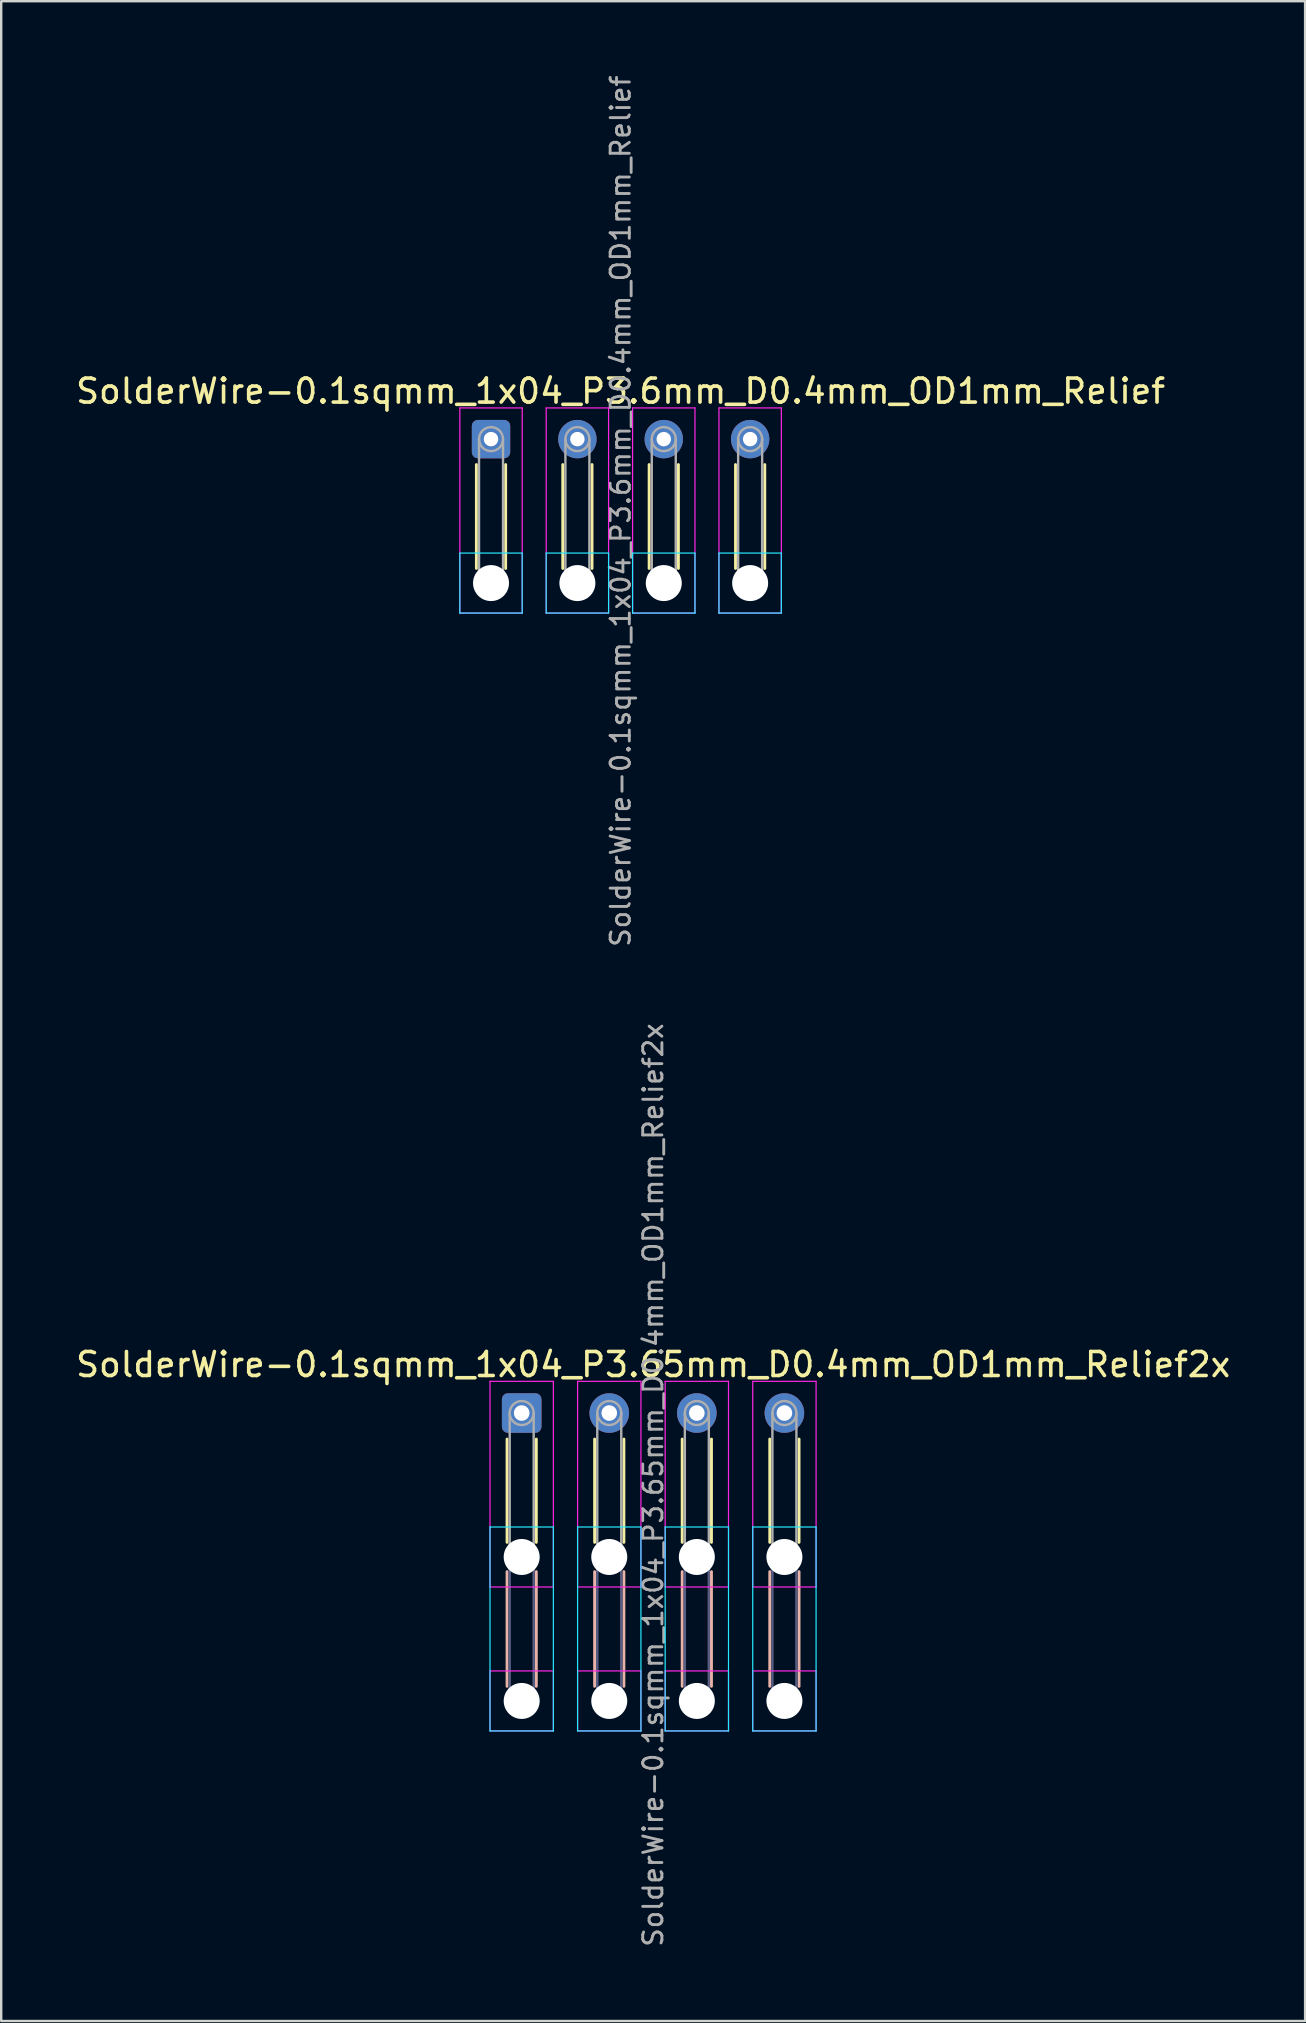
<source format=kicad_pcb>
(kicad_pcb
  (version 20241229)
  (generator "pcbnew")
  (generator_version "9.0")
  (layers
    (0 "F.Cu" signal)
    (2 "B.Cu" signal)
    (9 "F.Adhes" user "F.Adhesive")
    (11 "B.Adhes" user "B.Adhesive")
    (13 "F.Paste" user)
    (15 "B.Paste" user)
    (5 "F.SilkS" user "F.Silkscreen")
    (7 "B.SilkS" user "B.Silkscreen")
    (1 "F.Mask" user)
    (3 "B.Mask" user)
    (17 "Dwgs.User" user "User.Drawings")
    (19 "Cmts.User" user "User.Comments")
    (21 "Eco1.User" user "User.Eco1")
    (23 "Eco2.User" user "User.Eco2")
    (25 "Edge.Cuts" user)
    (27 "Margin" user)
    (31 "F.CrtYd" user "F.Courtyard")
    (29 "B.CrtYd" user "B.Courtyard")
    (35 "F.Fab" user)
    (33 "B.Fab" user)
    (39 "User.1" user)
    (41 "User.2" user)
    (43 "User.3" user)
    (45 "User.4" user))
  (footprint "SolderWire-0.1sqmm_1x04_P3.6mm_D0.4mm_OD1mm_Relief"
    (layer "F.Cu")
    (at 17.415 15.252)
    (property "Reference" "SolderWire-0.1sqmm_1x04_P3.6mm_D0.4mm_OD1mm_Relief" (at 5.4 -2 0) (layer "F.SilkS") (effects (font (size 1 1) (thickness 0.15))))
    (attr exclude_from_pos_files exclude_from_bom)
    (fp_line (start -0.61 1.06) (end -0.61 5.39) (stroke (width 0.12) (type solid)) (layer "F.SilkS"))
    (fp_line (start 0.61 1.06) (end 0.61 5.39) (stroke (width 0.12) (type solid)) (layer "F.SilkS"))
    (fp_line (start 2.99 1.06) (end 2.99 5.39) (stroke (width 0.12) (type solid)) (layer "F.SilkS"))
    (fp_line (start 4.21 1.06) (end 4.21 5.39) (stroke (width 0.12) (type solid)) (layer "F.SilkS"))
    (fp_line (start 6.59 1.06) (end 6.59 5.39) (stroke (width 0.12) (type solid)) (layer "F.SilkS"))
    (fp_line (start 7.81 1.06) (end 7.81 5.39) (stroke (width 0.12) (type solid)) (layer "F.SilkS"))
    (fp_line (start 10.19 1.06) (end 10.19 5.39) (stroke (width 0.12) (type solid)) (layer "F.SilkS"))
    (fp_line (start 11.41 1.06) (end 11.41 5.39) (stroke (width 0.12) (type solid)) (layer "F.SilkS"))
    (fp_line (start -1.3 4.75) (end -1.3 7.25) (stroke (width 0.05) (type solid)) (layer "B.CrtYd"))
    (fp_line (start -1.3 7.25) (end 1.3 7.25) (stroke (width 0.05) (type solid)) (layer "B.CrtYd"))
    (fp_line (start 1.3 4.75) (end -1.3 4.75) (stroke (width 0.05) (type solid)) (layer "B.CrtYd"))
    (fp_line (start 1.3 7.25) (end 1.3 4.75) (stroke (width 0.05) (type solid)) (layer "B.CrtYd"))
    (fp_line (start 2.3 4.75) (end 2.3 7.25) (stroke (width 0.05) (type solid)) (layer "B.CrtYd"))
    (fp_line (start 2.3 7.25) (end 4.9 7.25) (stroke (width 0.05) (type solid)) (layer "B.CrtYd"))
    (fp_line (start 4.9 4.75) (end 2.3 4.75) (stroke (width 0.05) (type solid)) (layer "B.CrtYd"))
    (fp_line (start 4.9 7.25) (end 4.9 4.75) (stroke (width 0.05) (type solid)) (layer "B.CrtYd"))
    (fp_line (start 5.9 4.75) (end 5.9 7.25) (stroke (width 0.05) (type solid)) (layer "B.CrtYd"))
    (fp_line (start 5.9 7.25) (end 8.5 7.25) (stroke (width 0.05) (type solid)) (layer "B.CrtYd"))
    (fp_line (start 8.5 4.75) (end 5.9 4.75) (stroke (width 0.05) (type solid)) (layer "B.CrtYd"))
    (fp_line (start 8.5 7.25) (end 8.5 4.75) (stroke (width 0.05) (type solid)) (layer "B.CrtYd"))
    (fp_line (start 9.5 4.75) (end 9.5 7.25) (stroke (width 0.05) (type solid)) (layer "B.CrtYd"))
    (fp_line (start 9.5 7.25) (end 12.1 7.25) (stroke (width 0.05) (type solid)) (layer "B.CrtYd"))
    (fp_line (start 12.1 4.75) (end 9.5 4.75) (stroke (width 0.05) (type solid)) (layer "B.CrtYd"))
    (fp_line (start 12.1 7.25) (end 12.1 4.75) (stroke (width 0.05) (type solid)) (layer "B.CrtYd"))
    (fp_line (start -1.3 -1.3) (end -1.3 7.25) (stroke (width 0.05) (type solid)) (layer "F.CrtYd"))
    (fp_line (start -1.3 7.25) (end 1.3 7.25) (stroke (width 0.05) (type solid)) (layer "F.CrtYd"))
    (fp_line (start 1.3 -1.3) (end -1.3 -1.3) (stroke (width 0.05) (type solid)) (layer "F.CrtYd"))
    (fp_line (start 1.3 7.25) (end 1.3 -1.3) (stroke (width 0.05) (type solid)) (layer "F.CrtYd"))
    (fp_line (start 2.3 -1.3) (end 2.3 7.25) (stroke (width 0.05) (type solid)) (layer "F.CrtYd"))
    (fp_line (start 2.3 7.25) (end 4.9 7.25) (stroke (width 0.05) (type solid)) (layer "F.CrtYd"))
    (fp_line (start 4.9 -1.3) (end 2.3 -1.3) (stroke (width 0.05) (type solid)) (layer "F.CrtYd"))
    (fp_line (start 4.9 7.25) (end 4.9 -1.3) (stroke (width 0.05) (type solid)) (layer "F.CrtYd"))
    (fp_line (start 5.9 -1.3) (end 5.9 7.25) (stroke (width 0.05) (type solid)) (layer "F.CrtYd"))
    (fp_line (start 5.9 7.25) (end 8.5 7.25) (stroke (width 0.05) (type solid)) (layer "F.CrtYd"))
    (fp_line (start 8.5 -1.3) (end 5.9 -1.3) (stroke (width 0.05) (type solid)) (layer "F.CrtYd"))
    (fp_line (start 8.5 7.25) (end 8.5 -1.3) (stroke (width 0.05) (type solid)) (layer "F.CrtYd"))
    (fp_line (start 9.5 -1.3) (end 9.5 7.25) (stroke (width 0.05) (type solid)) (layer "F.CrtYd"))
    (fp_line (start 9.5 7.25) (end 12.1 7.25) (stroke (width 0.05) (type solid)) (layer "F.CrtYd"))
    (fp_line (start 12.1 -1.3) (end 9.5 -1.3) (stroke (width 0.05) (type solid)) (layer "F.CrtYd"))
    (fp_line (start 12.1 7.25) (end 12.1 -1.3) (stroke (width 0.05) (type solid)) (layer "F.CrtYd"))
    (fp_line (start -0.5 0) (end -0.5 6) (stroke (width 0.1) (type solid)) (layer "F.Fab"))
    (fp_line (start 0.5 0) (end 0.5 6) (stroke (width 0.1) (type solid)) (layer "F.Fab"))
    (fp_line (start 3.1 0) (end 3.1 6) (stroke (width 0.1) (type solid)) (layer "F.Fab"))
    (fp_line (start 4.1 0) (end 4.1 6) (stroke (width 0.1) (type solid)) (layer "F.Fab"))
    (fp_line (start 6.7 0) (end 6.7 6) (stroke (width 0.1) (type solid)) (layer "F.Fab"))
    (fp_line (start 7.7 0) (end 7.7 6) (stroke (width 0.1) (type solid)) (layer "F.Fab"))
    (fp_line (start 10.3 0) (end 10.3 6) (stroke (width 0.1) (type solid)) (layer "F.Fab"))
    (fp_line (start 11.3 0) (end 11.3 6) (stroke (width 0.1) (type solid)) (layer "F.Fab"))
    (fp_circle (center 0 0) (end 0.5 0) (stroke (width 0.1) (type solid)) (fill no) (layer "F.Fab"))
    (fp_circle (center 0 6) (end 0.5 6) (stroke (width 0.1) (type solid)) (fill no) (layer "F.Fab"))
    (fp_circle (center 3.6 0) (end 4.1 0) (stroke (width 0.1) (type solid)) (fill no) (layer "F.Fab"))
    (fp_circle (center 3.6 6) (end 4.1 6) (stroke (width 0.1) (type solid)) (fill no) (layer "F.Fab"))
    (fp_circle (center 7.2 0) (end 7.7 0) (stroke (width 0.1) (type solid)) (fill no) (layer "F.Fab"))
    (fp_circle (center 7.2 6) (end 7.7 6) (stroke (width 0.1) (type solid)) (fill no) (layer "F.Fab"))
    (fp_circle (center 10.8 0) (end 11.3 0) (stroke (width 0.1) (type solid)) (fill no) (layer "F.Fab"))
    (fp_circle (center 10.8 6) (end 11.3 6) (stroke (width 0.1) (type solid)) (fill no) (layer "F.Fab"))
    (fp_text user "${REFERENCE}" (at 5.4 3 90) (layer "F.Fab") (effects (font (size 0.8 0.8) (thickness 0.12))))
    (pad "" np_thru_hole circle (at 0 6) (size 1.5 1.5) (drill 1.5) (layers "*.Cu" "*.Mask"))
    (pad "" np_thru_hole circle (at 3.6 6) (size 1.5 1.5) (drill 1.5) (layers "*.Cu" "*.Mask"))
    (pad "" np_thru_hole circle (at 7.2 6) (size 1.5 1.5) (drill 1.5) (layers "*.Cu" "*.Mask"))
    (pad "" np_thru_hole circle (at 10.8 6) (size 1.5 1.5) (drill 1.5) (layers "*.Cu" "*.Mask"))
    (pad "1" thru_hole roundrect (at 0 0) (size 1.6 1.6) (drill 0.6) (layers "*.Cu" "*.Mask") (roundrect_rratio 0.156))
    (pad "2" thru_hole circle (at 3.6 0) (size 1.6 1.6) (drill 0.6) (layers "*.Cu" "*.Mask"))
    (pad "3" thru_hole circle (at 7.2 0) (size 1.6 1.6) (drill 0.6) (layers "*.Cu" "*.Mask"))
    (pad "4" thru_hole circle (at 10.8 0) (size 1.6 1.6) (drill 0.6) (layers "*.Cu" "*.Mask")))
  (footprint "SolderWire-0.1sqmm_1x04_P3.65mm_D0.4mm_OD1mm_Relief2x"
    (layer "F.Cu")
    (at 18.693 55.843)
    (property "Reference" "SolderWire-0.1sqmm_1x04_P3.65mm_D0.4mm_OD1mm_Relief2x" (at 5.48 -2.02 0) (layer "F.SilkS") (effects (font (size 1 1) (thickness 0.15))))
    (attr exclude_from_pos_files exclude_from_bom)
    (fp_line (start -0.61 1.085) (end -0.61 5.39) (stroke (width 0.12) (type solid)) (layer "F.SilkS"))
    (fp_line (start 0.61 1.085) (end 0.61 5.39) (stroke (width 0.12) (type solid)) (layer "F.SilkS"))
    (fp_line (start 3.04 1.085) (end 3.04 5.39) (stroke (width 0.12) (type solid)) (layer "F.SilkS"))
    (fp_line (start 4.26 1.085) (end 4.26 5.39) (stroke (width 0.12) (type solid)) (layer "F.SilkS"))
    (fp_line (start 6.69 1.085) (end 6.69 5.39) (stroke (width 0.12) (type solid)) (layer "F.SilkS"))
    (fp_line (start 7.91 1.085) (end 7.91 5.39) (stroke (width 0.12) (type solid)) (layer "F.SilkS"))
    (fp_line (start 10.34 1.085) (end 10.34 5.39) (stroke (width 0.12) (type solid)) (layer "F.SilkS"))
    (fp_line (start 11.56 1.085) (end 11.56 5.39) (stroke (width 0.12) (type solid)) (layer "F.SilkS"))
    (fp_line (start -0.61 6.61) (end -0.61 11.39) (stroke (width 0.12) (type solid)) (layer "B.SilkS"))
    (fp_line (start 0.61 6.61) (end 0.61 11.39) (stroke (width 0.12) (type solid)) (layer "B.SilkS"))
    (fp_line (start 3.04 6.61) (end 3.04 11.39) (stroke (width 0.12) (type solid)) (layer "B.SilkS"))
    (fp_line (start 4.26 6.61) (end 4.26 11.39) (stroke (width 0.12) (type solid)) (layer "B.SilkS"))
    (fp_line (start 6.69 6.61) (end 6.69 11.39) (stroke (width 0.12) (type solid)) (layer "B.SilkS"))
    (fp_line (start 7.91 6.61) (end 7.91 11.39) (stroke (width 0.12) (type solid)) (layer "B.SilkS"))
    (fp_line (start 10.34 6.61) (end 10.34 11.39) (stroke (width 0.12) (type solid)) (layer "B.SilkS"))
    (fp_line (start 11.56 6.61) (end 11.56 11.39) (stroke (width 0.12) (type solid)) (layer "B.SilkS"))
    (fp_line (start -1.32 4.75) (end -1.32 13.25) (stroke (width 0.05) (type solid)) (layer "B.CrtYd"))
    (fp_line (start -1.32 13.25) (end 1.32 13.25) (stroke (width 0.05) (type solid)) (layer "B.CrtYd"))
    (fp_line (start 1.32 4.75) (end -1.32 4.75) (stroke (width 0.05) (type solid)) (layer "B.CrtYd"))
    (fp_line (start 1.32 13.25) (end 1.32 4.75) (stroke (width 0.05) (type solid)) (layer "B.CrtYd"))
    (fp_line (start 2.33 4.75) (end 2.33 13.25) (stroke (width 0.05) (type solid)) (layer "B.CrtYd"))
    (fp_line (start 2.33 13.25) (end 4.97 13.25) (stroke (width 0.05) (type solid)) (layer "B.CrtYd"))
    (fp_line (start 4.97 4.75) (end 2.33 4.75) (stroke (width 0.05) (type solid)) (layer "B.CrtYd"))
    (fp_line (start 4.97 13.25) (end 4.97 4.75) (stroke (width 0.05) (type solid)) (layer "B.CrtYd"))
    (fp_line (start 5.98 4.75) (end 5.98 13.25) (stroke (width 0.05) (type solid)) (layer "B.CrtYd"))
    (fp_line (start 5.98 13.25) (end 8.62 13.25) (stroke (width 0.05) (type solid)) (layer "B.CrtYd"))
    (fp_line (start 8.62 4.75) (end 5.98 4.75) (stroke (width 0.05) (type solid)) (layer "B.CrtYd"))
    (fp_line (start 8.62 13.25) (end 8.62 4.75) (stroke (width 0.05) (type solid)) (layer "B.CrtYd"))
    (fp_line (start 9.63 4.75) (end 9.63 13.25) (stroke (width 0.05) (type solid)) (layer "B.CrtYd"))
    (fp_line (start 9.63 13.25) (end 12.27 13.25) (stroke (width 0.05) (type solid)) (layer "B.CrtYd"))
    (fp_line (start 12.27 4.75) (end 9.63 4.75) (stroke (width 0.05) (type solid)) (layer "B.CrtYd"))
    (fp_line (start 12.27 13.25) (end 12.27 4.75) (stroke (width 0.05) (type solid)) (layer "B.CrtYd"))
    (fp_line (start -1.32 -1.32) (end -1.32 7.25) (stroke (width 0.05) (type solid)) (layer "F.CrtYd"))
    (fp_line (start -1.32 7.25) (end 1.32 7.25) (stroke (width 0.05) (type solid)) (layer "F.CrtYd"))
    (fp_line (start -1.32 10.75) (end -1.32 13.25) (stroke (width 0.05) (type solid)) (layer "F.CrtYd"))
    (fp_line (start -1.32 13.25) (end 1.32 13.25) (stroke (width 0.05) (type solid)) (layer "F.CrtYd"))
    (fp_line (start 1.32 -1.32) (end -1.32 -1.32) (stroke (width 0.05) (type solid)) (layer "F.CrtYd"))
    (fp_line (start 1.32 7.25) (end 1.32 -1.32) (stroke (width 0.05) (type solid)) (layer "F.CrtYd"))
    (fp_line (start 1.32 10.75) (end -1.32 10.75) (stroke (width 0.05) (type solid)) (layer "F.CrtYd"))
    (fp_line (start 1.32 13.25) (end 1.32 10.75) (stroke (width 0.05) (type solid)) (layer "F.CrtYd"))
    (fp_line (start 2.33 -1.32) (end 2.33 7.25) (stroke (width 0.05) (type solid)) (layer "F.CrtYd"))
    (fp_line (start 2.33 7.25) (end 4.97 7.25) (stroke (width 0.05) (type solid)) (layer "F.CrtYd"))
    (fp_line (start 2.33 10.75) (end 2.33 13.25) (stroke (width 0.05) (type solid)) (layer "F.CrtYd"))
    (fp_line (start 2.33 13.25) (end 4.97 13.25) (stroke (width 0.05) (type solid)) (layer "F.CrtYd"))
    (fp_line (start 4.97 -1.32) (end 2.33 -1.32) (stroke (width 0.05) (type solid)) (layer "F.CrtYd"))
    (fp_line (start 4.97 7.25) (end 4.97 -1.32) (stroke (width 0.05) (type solid)) (layer "F.CrtYd"))
    (fp_line (start 4.97 10.75) (end 2.33 10.75) (stroke (width 0.05) (type solid)) (layer "F.CrtYd"))
    (fp_line (start 4.97 13.25) (end 4.97 10.75) (stroke (width 0.05) (type solid)) (layer "F.CrtYd"))
    (fp_line (start 5.98 -1.32) (end 5.98 7.25) (stroke (width 0.05) (type solid)) (layer "F.CrtYd"))
    (fp_line (start 5.98 7.25) (end 8.62 7.25) (stroke (width 0.05) (type solid)) (layer "F.CrtYd"))
    (fp_line (start 5.98 10.75) (end 5.98 13.25) (stroke (width 0.05) (type solid)) (layer "F.CrtYd"))
    (fp_line (start 5.98 13.25) (end 8.62 13.25) (stroke (width 0.05) (type solid)) (layer "F.CrtYd"))
    (fp_line (start 8.62 -1.32) (end 5.98 -1.32) (stroke (width 0.05) (type solid)) (layer "F.CrtYd"))
    (fp_line (start 8.62 7.25) (end 8.62 -1.32) (stroke (width 0.05) (type solid)) (layer "F.CrtYd"))
    (fp_line (start 8.62 10.75) (end 5.98 10.75) (stroke (width 0.05) (type solid)) (layer "F.CrtYd"))
    (fp_line (start 8.62 13.25) (end 8.62 10.75) (stroke (width 0.05) (type solid)) (layer "F.CrtYd"))
    (fp_line (start 9.63 -1.32) (end 9.63 7.25) (stroke (width 0.05) (type solid)) (layer "F.CrtYd"))
    (fp_line (start 9.63 7.25) (end 12.27 7.25) (stroke (width 0.05) (type solid)) (layer "F.CrtYd"))
    (fp_line (start 9.63 10.75) (end 9.63 13.25) (stroke (width 0.05) (type solid)) (layer "F.CrtYd"))
    (fp_line (start 9.63 13.25) (end 12.27 13.25) (stroke (width 0.05) (type solid)) (layer "F.CrtYd"))
    (fp_line (start 12.27 -1.32) (end 9.63 -1.32) (stroke (width 0.05) (type solid)) (layer "F.CrtYd"))
    (fp_line (start 12.27 7.25) (end 12.27 -1.32) (stroke (width 0.05) (type solid)) (layer "F.CrtYd"))
    (fp_line (start 12.27 10.75) (end 9.63 10.75) (stroke (width 0.05) (type solid)) (layer "F.CrtYd"))
    (fp_line (start 12.27 13.25) (end 12.27 10.75) (stroke (width 0.05) (type solid)) (layer "F.CrtYd"))
    (fp_line (start -0.5 6) (end -0.5 12) (stroke (width 0.1) (type solid)) (layer "B.Fab"))
    (fp_line (start 0.5 6) (end 0.5 12) (stroke (width 0.1) (type solid)) (layer "B.Fab"))
    (fp_line (start 3.15 6) (end 3.15 12) (stroke (width 0.1) (type solid)) (layer "B.Fab"))
    (fp_line (start 4.15 6) (end 4.15 12) (stroke (width 0.1) (type solid)) (layer "B.Fab"))
    (fp_line (start 6.8 6) (end 6.8 12) (stroke (width 0.1) (type solid)) (layer "B.Fab"))
    (fp_line (start 7.8 6) (end 7.8 12) (stroke (width 0.1) (type solid)) (layer "B.Fab"))
    (fp_line (start 10.45 6) (end 10.45 12) (stroke (width 0.1) (type solid)) (layer "B.Fab"))
    (fp_line (start 11.45 6) (end 11.45 12) (stroke (width 0.1) (type solid)) (layer "B.Fab"))
    (fp_circle (center 0 6) (end 0.5 6) (stroke (width 0.1) (type solid)) (fill no) (layer "B.Fab"))
    (fp_circle (center 0 12) (end 0.5 12) (stroke (width 0.1) (type solid)) (fill no) (layer "B.Fab"))
    (fp_circle (center 3.65 6) (end 4.15 6) (stroke (width 0.1) (type solid)) (fill no) (layer "B.Fab"))
    (fp_circle (center 3.65 12) (end 4.15 12) (stroke (width 0.1) (type solid)) (fill no) (layer "B.Fab"))
    (fp_circle (center 7.3 6) (end 7.8 6) (stroke (width 0.1) (type solid)) (fill no) (layer "B.Fab"))
    (fp_circle (center 7.3 12) (end 7.8 12) (stroke (width 0.1) (type solid)) (fill no) (layer "B.Fab"))
    (fp_circle (center 10.95 6) (end 11.45 6) (stroke (width 0.1) (type solid)) (fill no) (layer "B.Fab"))
    (fp_circle (center 10.95 12) (end 11.45 12) (stroke (width 0.1) (type solid)) (fill no) (layer "B.Fab"))
    (fp_line (start -0.5 0) (end -0.5 6) (stroke (width 0.1) (type solid)) (layer "F.Fab"))
    (fp_line (start 0.5 0) (end 0.5 6) (stroke (width 0.1) (type solid)) (layer "F.Fab"))
    (fp_line (start 3.15 0) (end 3.15 6) (stroke (width 0.1) (type solid)) (layer "F.Fab"))
    (fp_line (start 4.15 0) (end 4.15 6) (stroke (width 0.1) (type solid)) (layer "F.Fab"))
    (fp_line (start 6.8 0) (end 6.8 6) (stroke (width 0.1) (type solid)) (layer "F.Fab"))
    (fp_line (start 7.8 0) (end 7.8 6) (stroke (width 0.1) (type solid)) (layer "F.Fab"))
    (fp_line (start 10.45 0) (end 10.45 6) (stroke (width 0.1) (type solid)) (layer "F.Fab"))
    (fp_line (start 11.45 0) (end 11.45 6) (stroke (width 0.1) (type solid)) (layer "F.Fab"))
    (fp_circle (center 0 0) (end 0.5 0) (stroke (width 0.1) (type solid)) (fill no) (layer "F.Fab"))
    (fp_circle (center 0 6) (end 0.5 6) (stroke (width 0.1) (type solid)) (fill no) (layer "F.Fab"))
    (fp_circle (center 0 12) (end 0.5 12) (stroke (width 0.1) (type solid)) (fill no) (layer "F.Fab"))
    (fp_circle (center 3.65 0) (end 4.15 0) (stroke (width 0.1) (type solid)) (fill no) (layer "F.Fab"))
    (fp_circle (center 3.65 6) (end 4.15 6) (stroke (width 0.1) (type solid)) (fill no) (layer "F.Fab"))
    (fp_circle (center 3.65 12) (end 4.15 12) (stroke (width 0.1) (type solid)) (fill no) (layer "F.Fab"))
    (fp_circle (center 7.3 0) (end 7.8 0) (stroke (width 0.1) (type solid)) (fill no) (layer "F.Fab"))
    (fp_circle (center 7.3 6) (end 7.8 6) (stroke (width 0.1) (type solid)) (fill no) (layer "F.Fab"))
    (fp_circle (center 7.3 12) (end 7.8 12) (stroke (width 0.1) (type solid)) (fill no) (layer "F.Fab"))
    (fp_circle (center 10.95 0) (end 11.45 0) (stroke (width 0.1) (type solid)) (fill no) (layer "F.Fab"))
    (fp_circle (center 10.95 6) (end 11.45 6) (stroke (width 0.1) (type solid)) (fill no) (layer "F.Fab"))
    (fp_circle (center 10.95 12) (end 11.45 12) (stroke (width 0.1) (type solid)) (fill no) (layer "F.Fab"))
    (fp_text user "${REFERENCE}" (at 5.48 3 90) (layer "F.Fab") (effects (font (size 0.8 0.8) (thickness 0.12))))
    (pad "" np_thru_hole circle (at 0 6) (size 1.5 1.5) (drill 1.5) (layers "*.Cu" "*.Mask"))
    (pad "" np_thru_hole circle (at 0 12) (size 1.5 1.5) (drill 1.5) (layers "*.Cu" "*.Mask"))
    (pad "" np_thru_hole circle (at 3.65 6) (size 1.5 1.5) (drill 1.5) (layers "*.Cu" "*.Mask"))
    (pad "" np_thru_hole circle (at 3.65 12) (size 1.5 1.5) (drill 1.5) (layers "*.Cu" "*.Mask"))
    (pad "" np_thru_hole circle (at 7.3 6) (size 1.5 1.5) (drill 1.5) (layers "*.Cu" "*.Mask"))
    (pad "" np_thru_hole circle (at 7.3 12) (size 1.5 1.5) (drill 1.5) (layers "*.Cu" "*.Mask"))
    (pad "" np_thru_hole circle (at 10.95 6) (size 1.5 1.5) (drill 1.5) (layers "*.Cu" "*.Mask"))
    (pad "" np_thru_hole circle (at 10.95 12) (size 1.5 1.5) (drill 1.5) (layers "*.Cu" "*.Mask"))
    (pad "1" thru_hole roundrect (at 0 0) (size 1.65 1.65) (drill 0.65) (layers "*.Cu" "*.Mask") (roundrect_rratio 0.152))
    (pad "2" thru_hole circle (at 3.65 0) (size 1.65 1.65) (drill 0.65) (layers "*.Cu" "*.Mask"))
    (pad "3" thru_hole circle (at 7.3 0) (size 1.65 1.65) (drill 0.65) (layers "*.Cu" "*.Mask"))
    (pad "4" thru_hole circle (at 10.95 0) (size 1.65 1.65) (drill 0.65) (layers "*.Cu" "*.Mask")))
  (gr_rect
    (start -3 -3)
    (end 51.345 81.181)
    (stroke (width 0.1) (type default))
    (fill no)
    (layer "Edge.Cuts")))
</source>
